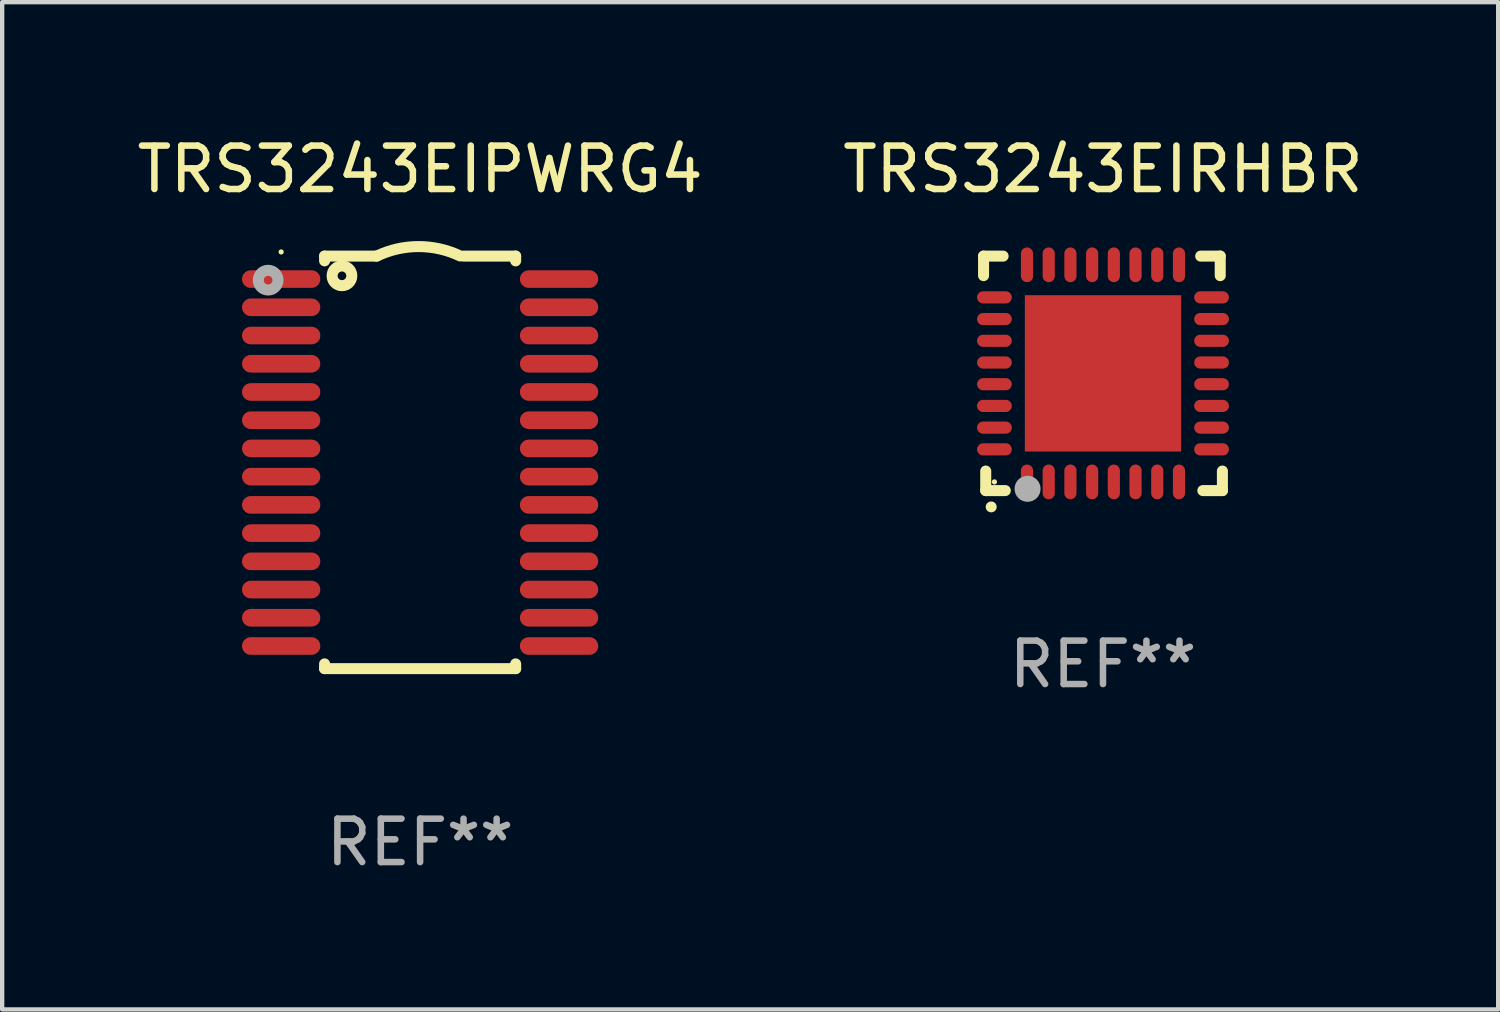
<source format=kicad_pcb>
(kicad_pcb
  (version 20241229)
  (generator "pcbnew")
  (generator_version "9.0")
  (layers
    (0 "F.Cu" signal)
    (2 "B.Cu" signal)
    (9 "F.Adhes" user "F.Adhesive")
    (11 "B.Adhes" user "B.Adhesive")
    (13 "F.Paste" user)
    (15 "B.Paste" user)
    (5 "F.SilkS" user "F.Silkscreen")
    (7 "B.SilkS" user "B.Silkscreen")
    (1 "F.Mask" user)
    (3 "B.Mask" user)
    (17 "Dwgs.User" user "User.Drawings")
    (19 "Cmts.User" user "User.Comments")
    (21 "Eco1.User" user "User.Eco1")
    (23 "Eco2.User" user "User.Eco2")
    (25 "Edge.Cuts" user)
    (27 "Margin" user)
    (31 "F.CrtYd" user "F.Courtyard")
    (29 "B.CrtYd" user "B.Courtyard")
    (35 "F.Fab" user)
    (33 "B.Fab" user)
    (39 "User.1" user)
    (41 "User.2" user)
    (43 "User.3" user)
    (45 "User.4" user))
  (footprint "TRS3243EIRHBR"
    (layer "F.Cu")
    (at 22.351 5.548)
    (property "Reference" "TRS3243EIRHBR" (at 0 -4.7 0) (layer "F.SilkS") (effects (font (size 1 1) (thickness 0.15))))
    (attr through_hole)
    (fp_line (start -2.75 -2.7) (end -2.75 -2.25) (stroke (width 0.254) (type solid)) (layer "F.SilkS"))
    (fp_line (start -2.7 2.7) (end -2.7 2.25) (stroke (width 0.254) (type solid)) (layer "F.SilkS"))
    (fp_line (start -2.3 -2.7) (end -2.75 -2.7) (stroke (width 0.254) (type solid)) (layer "F.SilkS"))
    (fp_line (start -2.25 2.7) (end -2.7 2.7) (stroke (width 0.254) (type solid)) (layer "F.SilkS"))
    (fp_line (start 2.3 2.7) (end 2.75 2.7) (stroke (width 0.254) (type solid)) (layer "F.SilkS"))
    (fp_line (start 2.7 -2.7) (end 2.25 -2.7) (stroke (width 0.254) (type solid)) (layer "F.SilkS"))
    (fp_line (start 2.7 -2.25) (end 2.7 -2.7) (stroke (width 0.254) (type solid)) (layer "F.SilkS"))
    (fp_line (start 2.75 2.7) (end 2.75 2.25) (stroke (width 0.254) (type solid)) (layer "F.SilkS"))
    (fp_arc (start -2.575565 3.075946) (mid -2.574295 3.07594) (end -2.573025 3.075946) (stroke (width 0.25) (type solid)) (layer "F.SilkS"))
    (fp_circle (center -2.5 2.5) (end -2.47 2.5) (stroke (width 0.06) (type solid)) (fill no) (layer "F.SilkS"))
    (fp_circle (center -1.737 2.659) (end -1.587 2.659) (stroke (width 0.3) (type solid)) (fill no) (layer "F.Fab"))
    (fp_text user "REF**" (at 0 6.7 0) (layer "F.Fab") (effects (font (size 1 1) (thickness 0.15))))
    (pad "1" smd oval (at -1.75 2.5) (size 0.28 0.8) (layers "F.Cu" "F.Mask" "F.Paste"))
    (pad "2" smd oval (at -1.25 2.5) (size 0.28 0.8) (layers "F.Cu" "F.Mask" "F.Paste"))
    (pad "3" smd oval (at -0.75 2.5) (size 0.28 0.8) (layers "F.Cu" "F.Mask" "F.Paste"))
    (pad "4" smd oval (at -0.25 2.5) (size 0.28 0.8) (layers "F.Cu" "F.Mask" "F.Paste"))
    (pad "5" smd oval (at 0.25 2.5) (size 0.28 0.8) (layers "F.Cu" "F.Mask" "F.Paste"))
    (pad "6" smd oval (at 0.75 2.5) (size 0.28 0.8) (layers "F.Cu" "F.Mask" "F.Paste"))
    (pad "7" smd oval (at 1.25 2.5) (size 0.28 0.8) (layers "F.Cu" "F.Mask" "F.Paste"))
    (pad "8" smd oval (at 1.75 2.5) (size 0.28 0.8) (layers "F.Cu" "F.Mask" "F.Paste"))
    (pad "9" smd oval (at 2.5 1.75) (size 0.8 0.28) (layers "F.Cu" "F.Mask" "F.Paste"))
    (pad "10" smd oval (at 2.5 1.25) (size 0.8 0.28) (layers "F.Cu" "F.Mask" "F.Paste"))
    (pad "11" smd oval (at 2.5 0.75) (size 0.8 0.28) (layers "F.Cu" "F.Mask" "F.Paste"))
    (pad "12" smd oval (at 2.5 0.25) (size 0.8 0.28) (layers "F.Cu" "F.Mask" "F.Paste"))
    (pad "13" smd oval (at 2.5 -0.25) (size 0.8 0.28) (layers "F.Cu" "F.Mask" "F.Paste"))
    (pad "14" smd oval (at 2.5 -0.75) (size 0.8 0.28) (layers "F.Cu" "F.Mask" "F.Paste"))
    (pad "15" smd oval (at 2.5 -1.25) (size 0.8 0.28) (layers "F.Cu" "F.Mask" "F.Paste"))
    (pad "16" smd oval (at 2.5 -1.75) (size 0.8 0.28) (layers "F.Cu" "F.Mask" "F.Paste"))
    (pad "17" smd oval (at 1.75 -2.5) (size 0.28 0.8) (layers "F.Cu" "F.Mask" "F.Paste"))
    (pad "18" smd oval (at 1.25 -2.5) (size 0.28 0.8) (layers "F.Cu" "F.Mask" "F.Paste"))
    (pad "19" smd oval (at 0.75 -2.5) (size 0.28 0.8) (layers "F.Cu" "F.Mask" "F.Paste"))
    (pad "20" smd oval (at 0.25 -2.5) (size 0.28 0.8) (layers "F.Cu" "F.Mask" "F.Paste"))
    (pad "21" smd oval (at -0.25 -2.5) (size 0.28 0.8) (layers "F.Cu" "F.Mask" "F.Paste"))
    (pad "22" smd oval (at -0.75 -2.5) (size 0.28 0.8) (layers "F.Cu" "F.Mask" "F.Paste"))
    (pad "23" smd oval (at -1.25 -2.5) (size 0.28 0.8) (layers "F.Cu" "F.Mask" "F.Paste"))
    (pad "24" smd oval (at -1.75 -2.5) (size 0.28 0.8) (layers "F.Cu" "F.Mask" "F.Paste"))
    (pad "25" smd oval (at -2.5 -1.75) (size 0.8 0.28) (layers "F.Cu" "F.Mask" "F.Paste"))
    (pad "26" smd oval (at -2.5 -1.25) (size 0.8 0.28) (layers "F.Cu" "F.Mask" "F.Paste"))
    (pad "27" smd oval (at -2.5 -0.75) (size 0.8 0.28) (layers "F.Cu" "F.Mask" "F.Paste"))
    (pad "28" smd oval (at -2.5 -0.25) (size 0.8 0.28) (layers "F.Cu" "F.Mask" "F.Paste"))
    (pad "29" smd oval (at -2.5 0.25) (size 0.8 0.28) (layers "F.Cu" "F.Mask" "F.Paste"))
    (pad "30" smd oval (at -2.5 0.75) (size 0.8 0.28) (layers "F.Cu" "F.Mask" "F.Paste"))
    (pad "31" smd oval (at -2.5 1.25) (size 0.8 0.28) (layers "F.Cu" "F.Mask" "F.Paste"))
    (pad "32" smd oval (at -2.5 1.75) (size 0.8 0.28) (layers "F.Cu" "F.Mask" "F.Paste"))
    (pad "33" smd rect (at 0.000076 0.000076) (size 3.6 3.6) (layers "F.Cu" "F.Mask" "F.Paste")))
  (footprint "TRS3243EIPWRG4"
    (layer "F.Cu")
    (at 6.625 7.598)
    (property "Reference" "TRS3243EIPWRG4" (at 0 -6.75 0) (layer "F.SilkS") (effects (font (size 1 1) (thickness 0.15))))
    (attr through_hole)
    (fp_line (start -2.2 -4.75) (end -2.2 -4.641) (stroke (width 0.254) (type solid)) (layer "F.SilkS"))
    (fp_line (start -2.2 -4.75) (end -1 -4.75) (stroke (width 0.254) (type solid)) (layer "F.SilkS"))
    (fp_line (start -2.2 4.641) (end -2.2 4.75) (stroke (width 0.254) (type solid)) (layer "F.SilkS"))
    (fp_line (start -2.2 4.75) (end 2.2 4.75) (stroke (width 0.254) (type solid)) (layer "F.SilkS"))
    (fp_line (start 2.2 -4.75) (end 1 -4.75) (stroke (width 0.254) (type solid)) (layer "F.SilkS"))
    (fp_line (start 2.2 -4.75) (end 2.2 -4.641) (stroke (width 0.254) (type solid)) (layer "F.SilkS"))
    (fp_line (start 2.2 4.641) (end 2.2 4.75) (stroke (width 0.254) (type solid)) (layer "F.SilkS"))
    (fp_arc (start -1.000025 -4.750013) (mid -0.040073 -4.969719) (end 0.920777 -4.753975) (stroke (width 0.254001) (type solid)) (layer "F.SilkS"))
    (fp_circle (center -3.2 -4.846) (end -3.17 -4.846) (stroke (width 0.06) (type solid)) (fill no) (layer "F.SilkS"))
    (fp_circle (center -1.8 -4.296) (end -1.7 -4.296) (stroke (width 0.254) (type solid)) (fill no) (layer "F.SilkS"))
    (fp_circle (center -3.5 -4.196) (end -3.4 -4.196) (stroke (width 0.254) (type solid)) (fill no) (layer "F.Fab"))
    (fp_text user "REF**" (at 0 8.75 0) (layer "F.Fab") (effects (font (size 1 1) (thickness 0.15))))
    (pad "1" smd oval (at -3.2 -4.221) (size 1.803 0.406) (layers "F.Cu" "F.Mask" "F.Paste"))
    (pad "2" smd oval (at -3.2 -3.571) (size 1.803 0.406) (layers "F.Cu" "F.Mask" "F.Paste"))
    (pad "3" smd oval (at -3.2 -2.921) (size 1.803 0.406) (layers "F.Cu" "F.Mask" "F.Paste"))
    (pad "4" smd oval (at -3.2 -2.271) (size 1.803 0.406) (layers "F.Cu" "F.Mask" "F.Paste"))
    (pad "5" smd oval (at -3.2 -1.621) (size 1.803 0.406) (layers "F.Cu" "F.Mask" "F.Paste"))
    (pad "6" smd oval (at -3.2 -0.971) (size 1.803 0.406) (layers "F.Cu" "F.Mask" "F.Paste"))
    (pad "7" smd oval (at -3.2 -0.321) (size 1.803 0.406) (layers "F.Cu" "F.Mask" "F.Paste"))
    (pad "8" smd oval (at -3.2 0.329) (size 1.803 0.406) (layers "F.Cu" "F.Mask" "F.Paste"))
    (pad "9" smd oval (at -3.2 0.979) (size 1.803 0.406) (layers "F.Cu" "F.Mask" "F.Paste"))
    (pad "10" smd oval (at -3.2 1.629) (size 1.803 0.406) (layers "F.Cu" "F.Mask" "F.Paste"))
    (pad "11" smd oval (at -3.2 2.279) (size 1.803 0.406) (layers "F.Cu" "F.Mask" "F.Paste"))
    (pad "12" smd oval (at -3.2 2.929) (size 1.803 0.406) (layers "F.Cu" "F.Mask" "F.Paste"))
    (pad "13" smd oval (at -3.2 3.579) (size 1.803 0.406) (layers "F.Cu" "F.Mask" "F.Paste"))
    (pad "14" smd oval (at -3.2 4.229) (size 1.803 0.406) (layers "F.Cu" "F.Mask" "F.Paste"))
    (pad "15" smd oval (at 3.2 4.229) (size 1.803 0.406) (layers "F.Cu" "F.Mask" "F.Paste"))
    (pad "16" smd oval (at 3.2 3.579) (size 1.803 0.406) (layers "F.Cu" "F.Mask" "F.Paste"))
    (pad "17" smd oval (at 3.2 2.929) (size 1.803 0.406) (layers "F.Cu" "F.Mask" "F.Paste"))
    (pad "18" smd oval (at 3.2 2.279) (size 1.803 0.406) (layers "F.Cu" "F.Mask" "F.Paste"))
    (pad "19" smd oval (at 3.2 1.629) (size 1.803 0.406) (layers "F.Cu" "F.Mask" "F.Paste"))
    (pad "20" smd oval (at 3.2 0.979) (size 1.803 0.406) (layers "F.Cu" "F.Mask" "F.Paste"))
    (pad "21" smd oval (at 3.2 0.329) (size 1.803 0.406) (layers "F.Cu" "F.Mask" "F.Paste"))
    (pad "22" smd oval (at 3.2 -0.321) (size 1.803 0.406) (layers "F.Cu" "F.Mask" "F.Paste"))
    (pad "23" smd oval (at 3.2 -0.971) (size 1.803 0.406) (layers "F.Cu" "F.Mask" "F.Paste"))
    (pad "24" smd oval (at 3.2 -1.621) (size 1.803 0.406) (layers "F.Cu" "F.Mask" "F.Paste"))
    (pad "25" smd oval (at 3.2 -2.271) (size 1.803 0.406) (layers "F.Cu" "F.Mask" "F.Paste"))
    (pad "26" smd oval (at 3.2 -2.921) (size 1.803 0.406) (layers "F.Cu" "F.Mask" "F.Paste"))
    (pad "27" smd oval (at 3.2 -3.571) (size 1.803 0.406) (layers "F.Cu" "F.Mask" "F.Paste"))
    (pad "28" smd oval (at 3.2 -4.221) (size 1.803 0.406) (layers "F.Cu" "F.Mask" "F.Paste")))
  (gr_rect
    (start -3 -3)
    (end 31.452 20.197)
    (stroke (width 0.1) (type default))
    (fill no)
    (layer "Edge.Cuts")))
</source>
